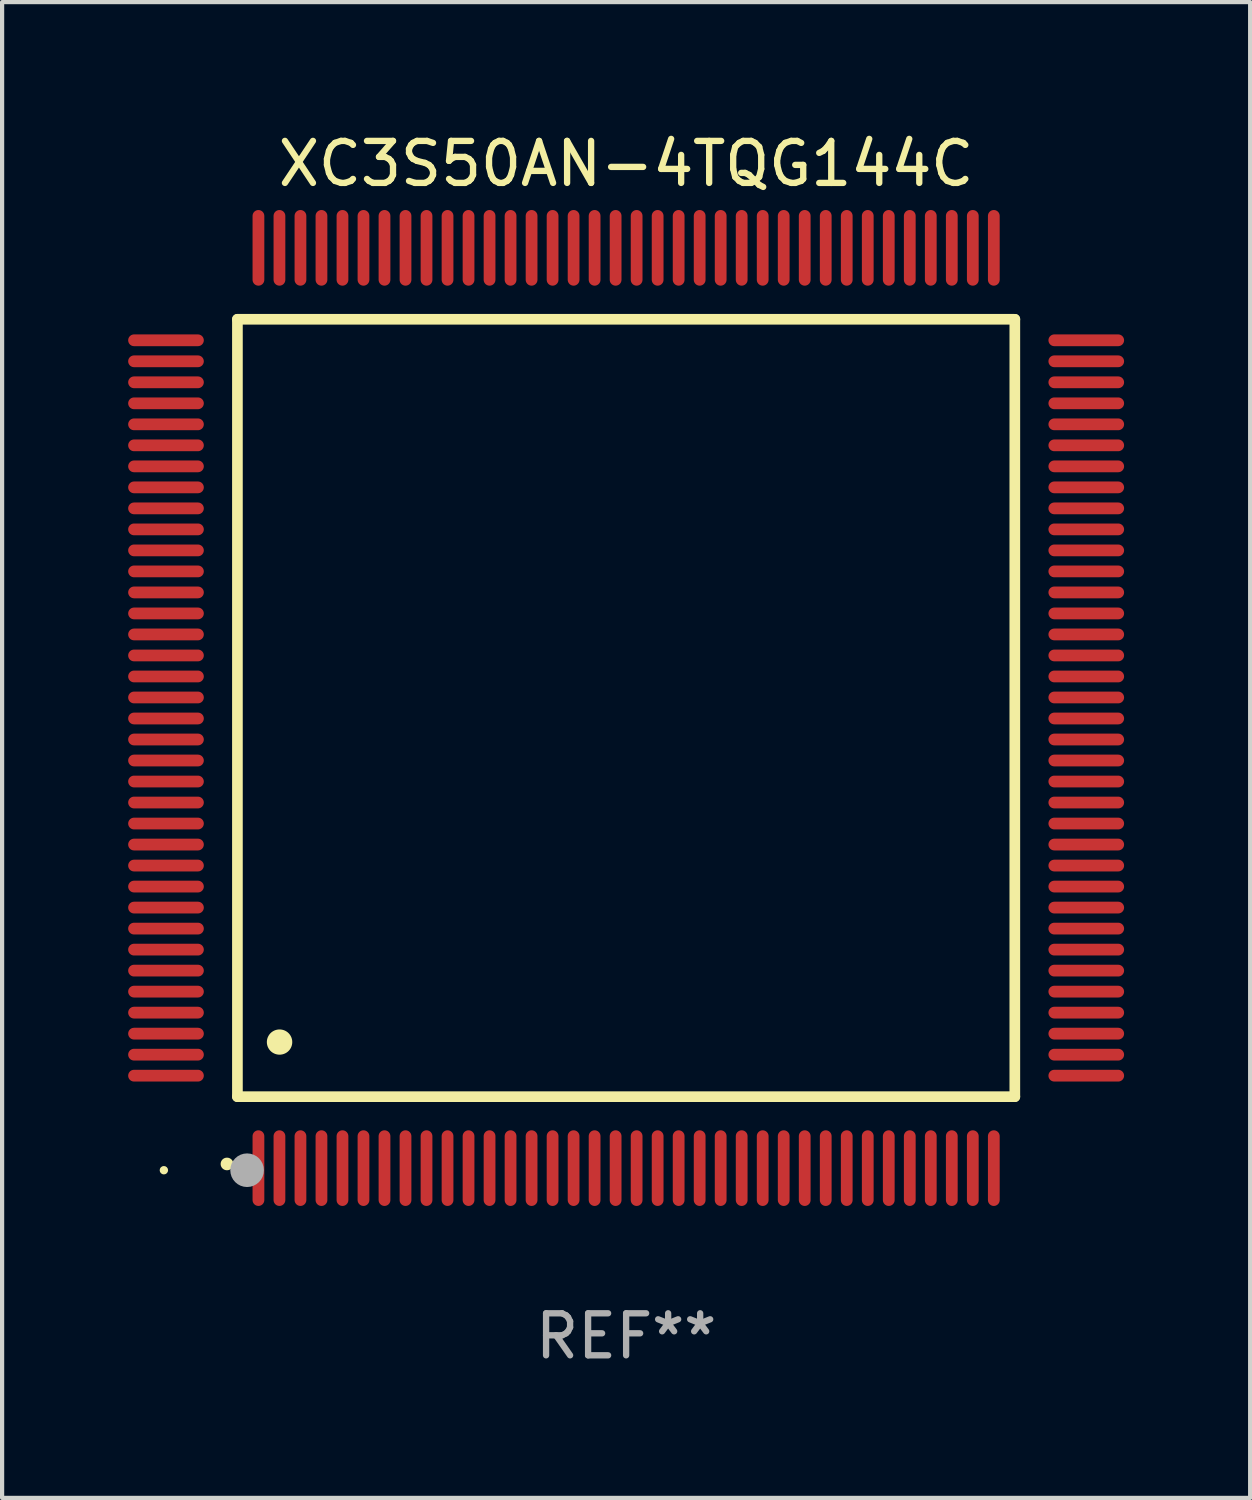
<source format=kicad_pcb>
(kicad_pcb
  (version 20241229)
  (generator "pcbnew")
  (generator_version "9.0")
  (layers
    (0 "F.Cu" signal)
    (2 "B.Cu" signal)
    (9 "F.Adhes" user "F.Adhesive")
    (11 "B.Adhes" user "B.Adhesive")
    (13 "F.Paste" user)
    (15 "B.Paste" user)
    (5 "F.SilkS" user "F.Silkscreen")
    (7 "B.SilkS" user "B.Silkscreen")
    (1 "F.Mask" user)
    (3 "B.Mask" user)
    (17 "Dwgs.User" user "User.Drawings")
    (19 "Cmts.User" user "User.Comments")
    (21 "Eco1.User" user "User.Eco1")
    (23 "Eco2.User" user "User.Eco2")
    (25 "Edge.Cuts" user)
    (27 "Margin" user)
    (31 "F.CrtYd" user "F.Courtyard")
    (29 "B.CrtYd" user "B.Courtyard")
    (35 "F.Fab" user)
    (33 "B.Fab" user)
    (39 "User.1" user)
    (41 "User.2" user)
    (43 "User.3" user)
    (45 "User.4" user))
  (footprint "XC3S50AN-4TQG144C"
    (layer "F.Cu")
    (at 11.85 13.798)
    (property "Reference" "XC3S50AN-4TQG144C" (at 0 -12.95 0) (layer "F.SilkS") (effects (font (size 1 1) (thickness 0.15))))
    (attr through_hole)
    (fp_line (start -9.25 -9.25) (end -9.25 9.25) (stroke (width 0.254) (type solid)) (layer "F.SilkS"))
    (fp_line (start -9.25 9.25) (end 9.25 9.25) (stroke (width 0.254) (type solid)) (layer "F.SilkS"))
    (fp_line (start 9.25 -9.25) (end -9.25 -9.25) (stroke (width 0.254) (type solid)) (layer "F.SilkS"))
    (fp_line (start 9.25 9.25) (end 9.25 -9.25) (stroke (width 0.254) (type solid)) (layer "F.SilkS"))
    (fp_arc (start -9.499619 10.850902) (mid -9.498349 10.850897) (end -9.497079 10.850902) (stroke (width 0.3) (type solid)) (layer "F.SilkS"))
    (fp_arc (start -8.249936 7.950216) (mid -8.247396 7.950205) (end -8.244856 7.950216) (stroke (width 0.6) (type solid)) (layer "F.SilkS"))
    (fp_circle (center -11 11) (end -10.95 11) (stroke (width 0.1) (type solid)) (fill no) (layer "F.SilkS"))
    (fp_circle (center -9.02 11) (end -8.82 11) (stroke (width 0.4) (type solid)) (fill no) (layer "F.Fab"))
    (fp_text user "REF**" (at 0 14.95 0) (layer "F.Fab") (effects (font (size 1 1) (thickness 0.15))))
    (pad "1" smd oval (at -8.75 10.95) (size 0.28 1.8) (layers "F.Cu" "F.Mask" "F.Paste"))
    (pad "2" smd oval (at -8.25 10.95) (size 0.28 1.8) (layers "F.Cu" "F.Mask" "F.Paste"))
    (pad "3" smd oval (at -7.75 10.95) (size 0.28 1.8) (layers "F.Cu" "F.Mask" "F.Paste"))
    (pad "4" smd oval (at -7.25 10.95) (size 0.28 1.8) (layers "F.Cu" "F.Mask" "F.Paste"))
    (pad "5" smd oval (at -6.75 10.95) (size 0.28 1.8) (layers "F.Cu" "F.Mask" "F.Paste"))
    (pad "6" smd oval (at -6.25 10.95) (size 0.28 1.8) (layers "F.Cu" "F.Mask" "F.Paste"))
    (pad "7" smd oval (at -5.75 10.95) (size 0.28 1.8) (layers "F.Cu" "F.Mask" "F.Paste"))
    (pad "8" smd oval (at -5.25 10.95) (size 0.28 1.8) (layers "F.Cu" "F.Mask" "F.Paste"))
    (pad "9" smd oval (at -4.75 10.95) (size 0.28 1.8) (layers "F.Cu" "F.Mask" "F.Paste"))
    (pad "10" smd oval (at -4.25 10.95) (size 0.28 1.8) (layers "F.Cu" "F.Mask" "F.Paste"))
    (pad "11" smd oval (at -3.75 10.95) (size 0.28 1.8) (layers "F.Cu" "F.Mask" "F.Paste"))
    (pad "12" smd oval (at -3.25 10.95) (size 0.28 1.8) (layers "F.Cu" "F.Mask" "F.Paste"))
    (pad "13" smd oval (at -2.75 10.95) (size 0.28 1.8) (layers "F.Cu" "F.Mask" "F.Paste"))
    (pad "14" smd oval (at -2.25 10.95) (size 0.28 1.8) (layers "F.Cu" "F.Mask" "F.Paste"))
    (pad "15" smd oval (at -1.75 10.95) (size 0.28 1.8) (layers "F.Cu" "F.Mask" "F.Paste"))
    (pad "16" smd oval (at -1.25 10.95) (size 0.28 1.8) (layers "F.Cu" "F.Mask" "F.Paste"))
    (pad "17" smd oval (at -0.75 10.95) (size 0.28 1.8) (layers "F.Cu" "F.Mask" "F.Paste"))
    (pad "18" smd oval (at -0.25 10.95) (size 0.28 1.8) (layers "F.Cu" "F.Mask" "F.Paste"))
    (pad "19" smd oval (at 0.25 10.95) (size 0.28 1.8) (layers "F.Cu" "F.Mask" "F.Paste"))
    (pad "20" smd oval (at 0.75 10.95) (size 0.28 1.8) (layers "F.Cu" "F.Mask" "F.Paste"))
    (pad "21" smd oval (at 1.25 10.95) (size 0.28 1.8) (layers "F.Cu" "F.Mask" "F.Paste"))
    (pad "22" smd oval (at 1.75 10.95) (size 0.28 1.8) (layers "F.Cu" "F.Mask" "F.Paste"))
    (pad "23" smd oval (at 2.25 10.95) (size 0.28 1.8) (layers "F.Cu" "F.Mask" "F.Paste"))
    (pad "24" smd oval (at 2.75 10.95) (size 0.28 1.8) (layers "F.Cu" "F.Mask" "F.Paste"))
    (pad "25" smd oval (at 3.25 10.95) (size 0.28 1.8) (layers "F.Cu" "F.Mask" "F.Paste"))
    (pad "26" smd oval (at 3.75 10.95) (size 0.28 1.8) (layers "F.Cu" "F.Mask" "F.Paste"))
    (pad "27" smd oval (at 4.25 10.95) (size 0.28 1.8) (layers "F.Cu" "F.Mask" "F.Paste"))
    (pad "28" smd oval (at 4.75 10.95) (size 0.28 1.8) (layers "F.Cu" "F.Mask" "F.Paste"))
    (pad "29" smd oval (at 5.25 10.95) (size 0.28 1.8) (layers "F.Cu" "F.Mask" "F.Paste"))
    (pad "30" smd oval (at 5.75 10.95) (size 0.28 1.8) (layers "F.Cu" "F.Mask" "F.Paste"))
    (pad "31" smd oval (at 6.25 10.95) (size 0.28 1.8) (layers "F.Cu" "F.Mask" "F.Paste"))
    (pad "32" smd oval (at 6.75 10.95) (size 0.28 1.8) (layers "F.Cu" "F.Mask" "F.Paste"))
    (pad "33" smd oval (at 7.25 10.95) (size 0.28 1.8) (layers "F.Cu" "F.Mask" "F.Paste"))
    (pad "34" smd oval (at 7.75 10.95) (size 0.28 1.8) (layers "F.Cu" "F.Mask" "F.Paste"))
    (pad "35" smd oval (at 8.25 10.95) (size 0.28 1.8) (layers "F.Cu" "F.Mask" "F.Paste"))
    (pad "36" smd oval (at 8.75 10.95) (size 0.28 1.8) (layers "F.Cu" "F.Mask" "F.Paste"))
    (pad "37" smd oval (at 10.95 8.75) (size 1.8 0.28) (layers "F.Cu" "F.Mask" "F.Paste"))
    (pad "38" smd oval (at 10.95 8.25) (size 1.8 0.28) (layers "F.Cu" "F.Mask" "F.Paste"))
    (pad "39" smd oval (at 10.95 7.75) (size 1.8 0.28) (layers "F.Cu" "F.Mask" "F.Paste"))
    (pad "40" smd oval (at 10.95 7.25) (size 1.8 0.28) (layers "F.Cu" "F.Mask" "F.Paste"))
    (pad "41" smd oval (at 10.95 6.75) (size 1.8 0.28) (layers "F.Cu" "F.Mask" "F.Paste"))
    (pad "42" smd oval (at 10.95 6.25) (size 1.8 0.28) (layers "F.Cu" "F.Mask" "F.Paste"))
    (pad "43" smd oval (at 10.95 5.75) (size 1.8 0.28) (layers "F.Cu" "F.Mask" "F.Paste"))
    (pad "44" smd oval (at 10.95 5.25) (size 1.8 0.28) (layers "F.Cu" "F.Mask" "F.Paste"))
    (pad "45" smd oval (at 10.95 4.75) (size 1.8 0.28) (layers "F.Cu" "F.Mask" "F.Paste"))
    (pad "46" smd oval (at 10.95 4.25) (size 1.8 0.28) (layers "F.Cu" "F.Mask" "F.Paste"))
    (pad "47" smd oval (at 10.95 3.75) (size 1.8 0.28) (layers "F.Cu" "F.Mask" "F.Paste"))
    (pad "48" smd oval (at 10.95 3.25) (size 1.8 0.28) (layers "F.Cu" "F.Mask" "F.Paste"))
    (pad "49" smd oval (at 10.95 2.75) (size 1.8 0.28) (layers "F.Cu" "F.Mask" "F.Paste"))
    (pad "50" smd oval (at 10.95 2.25) (size 1.8 0.28) (layers "F.Cu" "F.Mask" "F.Paste"))
    (pad "51" smd oval (at 10.95 1.75) (size 1.8 0.28) (layers "F.Cu" "F.Mask" "F.Paste"))
    (pad "52" smd oval (at 10.95 1.25) (size 1.8 0.28) (layers "F.Cu" "F.Mask" "F.Paste"))
    (pad "53" smd oval (at 10.95 0.75) (size 1.8 0.28) (layers "F.Cu" "F.Mask" "F.Paste"))
    (pad "54" smd oval (at 10.95 0.25) (size 1.8 0.28) (layers "F.Cu" "F.Mask" "F.Paste"))
    (pad "55" smd oval (at 10.95 -0.25) (size 1.8 0.28) (layers "F.Cu" "F.Mask" "F.Paste"))
    (pad "56" smd oval (at 10.95 -0.75) (size 1.8 0.28) (layers "F.Cu" "F.Mask" "F.Paste"))
    (pad "57" smd oval (at 10.95 -1.25) (size 1.8 0.28) (layers "F.Cu" "F.Mask" "F.Paste"))
    (pad "58" smd oval (at 10.95 -1.75) (size 1.8 0.28) (layers "F.Cu" "F.Mask" "F.Paste"))
    (pad "59" smd oval (at 10.95 -2.25) (size 1.8 0.28) (layers "F.Cu" "F.Mask" "F.Paste"))
    (pad "60" smd oval (at 10.95 -2.75) (size 1.8 0.28) (layers "F.Cu" "F.Mask" "F.Paste"))
    (pad "61" smd oval (at 10.95 -3.25) (size 1.8 0.28) (layers "F.Cu" "F.Mask" "F.Paste"))
    (pad "62" smd oval (at 10.95 -3.75) (size 1.8 0.28) (layers "F.Cu" "F.Mask" "F.Paste"))
    (pad "63" smd oval (at 10.95 -4.25) (size 1.8 0.28) (layers "F.Cu" "F.Mask" "F.Paste"))
    (pad "64" smd oval (at 10.95 -4.75) (size 1.8 0.28) (layers "F.Cu" "F.Mask" "F.Paste"))
    (pad "65" smd oval (at 10.95 -5.25) (size 1.8 0.28) (layers "F.Cu" "F.Mask" "F.Paste"))
    (pad "66" smd oval (at 10.95 -5.75) (size 1.8 0.28) (layers "F.Cu" "F.Mask" "F.Paste"))
    (pad "67" smd oval (at 10.95 -6.25) (size 1.8 0.28) (layers "F.Cu" "F.Mask" "F.Paste"))
    (pad "68" smd oval (at 10.95 -6.75) (size 1.8 0.28) (layers "F.Cu" "F.Mask" "F.Paste"))
    (pad "69" smd oval (at 10.95 -7.25) (size 1.8 0.28) (layers "F.Cu" "F.Mask" "F.Paste"))
    (pad "70" smd oval (at 10.95 -7.75) (size 1.8 0.28) (layers "F.Cu" "F.Mask" "F.Paste"))
    (pad "71" smd oval (at 10.95 -8.25) (size 1.8 0.28) (layers "F.Cu" "F.Mask" "F.Paste"))
    (pad "72" smd oval (at 10.95 -8.75) (size 1.8 0.28) (layers "F.Cu" "F.Mask" "F.Paste"))
    (pad "73" smd oval (at 8.75 -10.95) (size 0.28 1.8) (layers "F.Cu" "F.Mask" "F.Paste"))
    (pad "74" smd oval (at 8.25 -10.95) (size 0.28 1.8) (layers "F.Cu" "F.Mask" "F.Paste"))
    (pad "75" smd oval (at 7.75 -10.95) (size 0.28 1.8) (layers "F.Cu" "F.Mask" "F.Paste"))
    (pad "76" smd oval (at 7.25 -10.95) (size 0.28 1.8) (layers "F.Cu" "F.Mask" "F.Paste"))
    (pad "77" smd oval (at 6.75 -10.95) (size 0.28 1.8) (layers "F.Cu" "F.Mask" "F.Paste"))
    (pad "78" smd oval (at 6.25 -10.95) (size 0.28 1.8) (layers "F.Cu" "F.Mask" "F.Paste"))
    (pad "79" smd oval (at 5.75 -10.95) (size 0.28 1.8) (layers "F.Cu" "F.Mask" "F.Paste"))
    (pad "80" smd oval (at 5.25 -10.95) (size 0.28 1.8) (layers "F.Cu" "F.Mask" "F.Paste"))
    (pad "81" smd oval (at 4.75 -10.95) (size 0.28 1.8) (layers "F.Cu" "F.Mask" "F.Paste"))
    (pad "82" smd oval (at 4.25 -10.95) (size 0.28 1.8) (layers "F.Cu" "F.Mask" "F.Paste"))
    (pad "83" smd oval (at 3.75 -10.95) (size 0.28 1.8) (layers "F.Cu" "F.Mask" "F.Paste"))
    (pad "84" smd oval (at 3.25 -10.95) (size 0.28 1.8) (layers "F.Cu" "F.Mask" "F.Paste"))
    (pad "85" smd oval (at 2.75 -10.95) (size 0.28 1.8) (layers "F.Cu" "F.Mask" "F.Paste"))
    (pad "86" smd oval (at 2.25 -10.95) (size 0.28 1.8) (layers "F.Cu" "F.Mask" "F.Paste"))
    (pad "87" smd oval (at 1.75 -10.95) (size 0.28 1.8) (layers "F.Cu" "F.Mask" "F.Paste"))
    (pad "88" smd oval (at 1.25 -10.95) (size 0.28 1.8) (layers "F.Cu" "F.Mask" "F.Paste"))
    (pad "89" smd oval (at 0.75 -10.95) (size 0.28 1.8) (layers "F.Cu" "F.Mask" "F.Paste"))
    (pad "90" smd oval (at 0.25 -10.95) (size 0.28 1.8) (layers "F.Cu" "F.Mask" "F.Paste"))
    (pad "91" smd oval (at -0.25 -10.95) (size 0.28 1.8) (layers "F.Cu" "F.Mask" "F.Paste"))
    (pad "92" smd oval (at -0.75 -10.95) (size 0.28 1.8) (layers "F.Cu" "F.Mask" "F.Paste"))
    (pad "93" smd oval (at -1.25 -10.95) (size 0.28 1.8) (layers "F.Cu" "F.Mask" "F.Paste"))
    (pad "94" smd oval (at -1.75 -10.95) (size 0.28 1.8) (layers "F.Cu" "F.Mask" "F.Paste"))
    (pad "95" smd oval (at -2.25 -10.95) (size 0.28 1.8) (layers "F.Cu" "F.Mask" "F.Paste"))
    (pad "96" smd oval (at -2.75 -10.95) (size 0.28 1.8) (layers "F.Cu" "F.Mask" "F.Paste"))
    (pad "97" smd oval (at -3.25 -10.95) (size 0.28 1.8) (layers "F.Cu" "F.Mask" "F.Paste"))
    (pad "98" smd oval (at -3.75 -10.95) (size 0.28 1.8) (layers "F.Cu" "F.Mask" "F.Paste"))
    (pad "99" smd oval (at -4.25 -10.95) (size 0.28 1.8) (layers "F.Cu" "F.Mask" "F.Paste"))
    (pad "100" smd oval (at -4.75 -10.95) (size 0.28 1.8) (layers "F.Cu" "F.Mask" "F.Paste"))
    (pad "101" smd oval (at -5.25 -10.95) (size 0.28 1.8) (layers "F.Cu" "F.Mask" "F.Paste"))
    (pad "102" smd oval (at -5.75 -10.95) (size 0.28 1.8) (layers "F.Cu" "F.Mask" "F.Paste"))
    (pad "103" smd oval (at -6.25 -10.95) (size 0.28 1.8) (layers "F.Cu" "F.Mask" "F.Paste"))
    (pad "104" smd oval (at -6.75 -10.95) (size 0.28 1.8) (layers "F.Cu" "F.Mask" "F.Paste"))
    (pad "105" smd oval (at -7.25 -10.95) (size 0.28 1.8) (layers "F.Cu" "F.Mask" "F.Paste"))
    (pad "106" smd oval (at -7.75 -10.95) (size 0.28 1.8) (layers "F.Cu" "F.Mask" "F.Paste"))
    (pad "107" smd oval (at -8.25 -10.95) (size 0.28 1.8) (layers "F.Cu" "F.Mask" "F.Paste"))
    (pad "108" smd oval (at -8.75 -10.95) (size 0.28 1.8) (layers "F.Cu" "F.Mask" "F.Paste"))
    (pad "109" smd oval (at -10.95 -8.75) (size 1.8 0.28) (layers "F.Cu" "F.Mask" "F.Paste"))
    (pad "110" smd oval (at -10.95 -8.25) (size 1.8 0.28) (layers "F.Cu" "F.Mask" "F.Paste"))
    (pad "111" smd oval (at -10.95 -7.75) (size 1.8 0.28) (layers "F.Cu" "F.Mask" "F.Paste"))
    (pad "112" smd oval (at -10.95 -7.25) (size 1.8 0.28) (layers "F.Cu" "F.Mask" "F.Paste"))
    (pad "113" smd oval (at -10.95 -6.75) (size 1.8 0.28) (layers "F.Cu" "F.Mask" "F.Paste"))
    (pad "114" smd oval (at -10.95 -6.25) (size 1.8 0.28) (layers "F.Cu" "F.Mask" "F.Paste"))
    (pad "115" smd oval (at -10.95 -5.75) (size 1.8 0.28) (layers "F.Cu" "F.Mask" "F.Paste"))
    (pad "116" smd oval (at -10.95 -5.25) (size 1.8 0.28) (layers "F.Cu" "F.Mask" "F.Paste"))
    (pad "117" smd oval (at -10.95 -4.75) (size 1.8 0.28) (layers "F.Cu" "F.Mask" "F.Paste"))
    (pad "118" smd oval (at -10.95 -4.25) (size 1.8 0.28) (layers "F.Cu" "F.Mask" "F.Paste"))
    (pad "119" smd oval (at -10.95 -3.75) (size 1.8 0.28) (layers "F.Cu" "F.Mask" "F.Paste"))
    (pad "120" smd oval (at -10.95 -3.25) (size 1.8 0.28) (layers "F.Cu" "F.Mask" "F.Paste"))
    (pad "121" smd oval (at -10.95 -2.75) (size 1.8 0.28) (layers "F.Cu" "F.Mask" "F.Paste"))
    (pad "122" smd oval (at -10.95 -2.25) (size 1.8 0.28) (layers "F.Cu" "F.Mask" "F.Paste"))
    (pad "123" smd oval (at -10.95 -1.75) (size 1.8 0.28) (layers "F.Cu" "F.Mask" "F.Paste"))
    (pad "124" smd oval (at -10.95 -1.25) (size 1.8 0.28) (layers "F.Cu" "F.Mask" "F.Paste"))
    (pad "125" smd oval (at -10.95 -0.75) (size 1.8 0.28) (layers "F.Cu" "F.Mask" "F.Paste"))
    (pad "126" smd oval (at -10.95 -0.25) (size 1.8 0.28) (layers "F.Cu" "F.Mask" "F.Paste"))
    (pad "127" smd oval (at -10.95 0.25) (size 1.8 0.28) (layers "F.Cu" "F.Mask" "F.Paste"))
    (pad "128" smd oval (at -10.95 0.75) (size 1.8 0.28) (layers "F.Cu" "F.Mask" "F.Paste"))
    (pad "129" smd oval (at -10.95 1.25) (size 1.8 0.28) (layers "F.Cu" "F.Mask" "F.Paste"))
    (pad "130" smd oval (at -10.95 1.75) (size 1.8 0.28) (layers "F.Cu" "F.Mask" "F.Paste"))
    (pad "131" smd oval (at -10.95 2.25) (size 1.8 0.28) (layers "F.Cu" "F.Mask" "F.Paste"))
    (pad "132" smd oval (at -10.95 2.75) (size 1.8 0.28) (layers "F.Cu" "F.Mask" "F.Paste"))
    (pad "133" smd oval (at -10.95 3.25) (size 1.8 0.28) (layers "F.Cu" "F.Mask" "F.Paste"))
    (pad "134" smd oval (at -10.95 3.75) (size 1.8 0.28) (layers "F.Cu" "F.Mask" "F.Paste"))
    (pad "135" smd oval (at -10.95 4.25) (size 1.8 0.28) (layers "F.Cu" "F.Mask" "F.Paste"))
    (pad "136" smd oval (at -10.95 4.75) (size 1.8 0.28) (layers "F.Cu" "F.Mask" "F.Paste"))
    (pad "137" smd oval (at -10.95 5.25) (size 1.8 0.28) (layers "F.Cu" "F.Mask" "F.Paste"))
    (pad "138" smd oval (at -10.95 5.75) (size 1.8 0.28) (layers "F.Cu" "F.Mask" "F.Paste"))
    (pad "139" smd oval (at -10.95 6.25) (size 1.8 0.28) (layers "F.Cu" "F.Mask" "F.Paste"))
    (pad "140" smd oval (at -10.95 6.75) (size 1.8 0.28) (layers "F.Cu" "F.Mask" "F.Paste"))
    (pad "141" smd oval (at -10.95 7.25) (size 1.8 0.28) (layers "F.Cu" "F.Mask" "F.Paste"))
    (pad "142" smd oval (at -10.95 7.75) (size 1.8 0.28) (layers "F.Cu" "F.Mask" "F.Paste"))
    (pad "143" smd oval (at -10.95 8.25) (size 1.8 0.28) (layers "F.Cu" "F.Mask" "F.Paste"))
    (pad "144" smd oval (at -10.95 8.75) (size 1.8 0.28) (layers "F.Cu" "F.Mask" "F.Paste")))
  (gr_rect
    (start -3 -3)
    (end 26.7 32.596)
    (stroke (width 0.1) (type default))
    (fill no)
    (layer "Edge.Cuts")))
</source>
